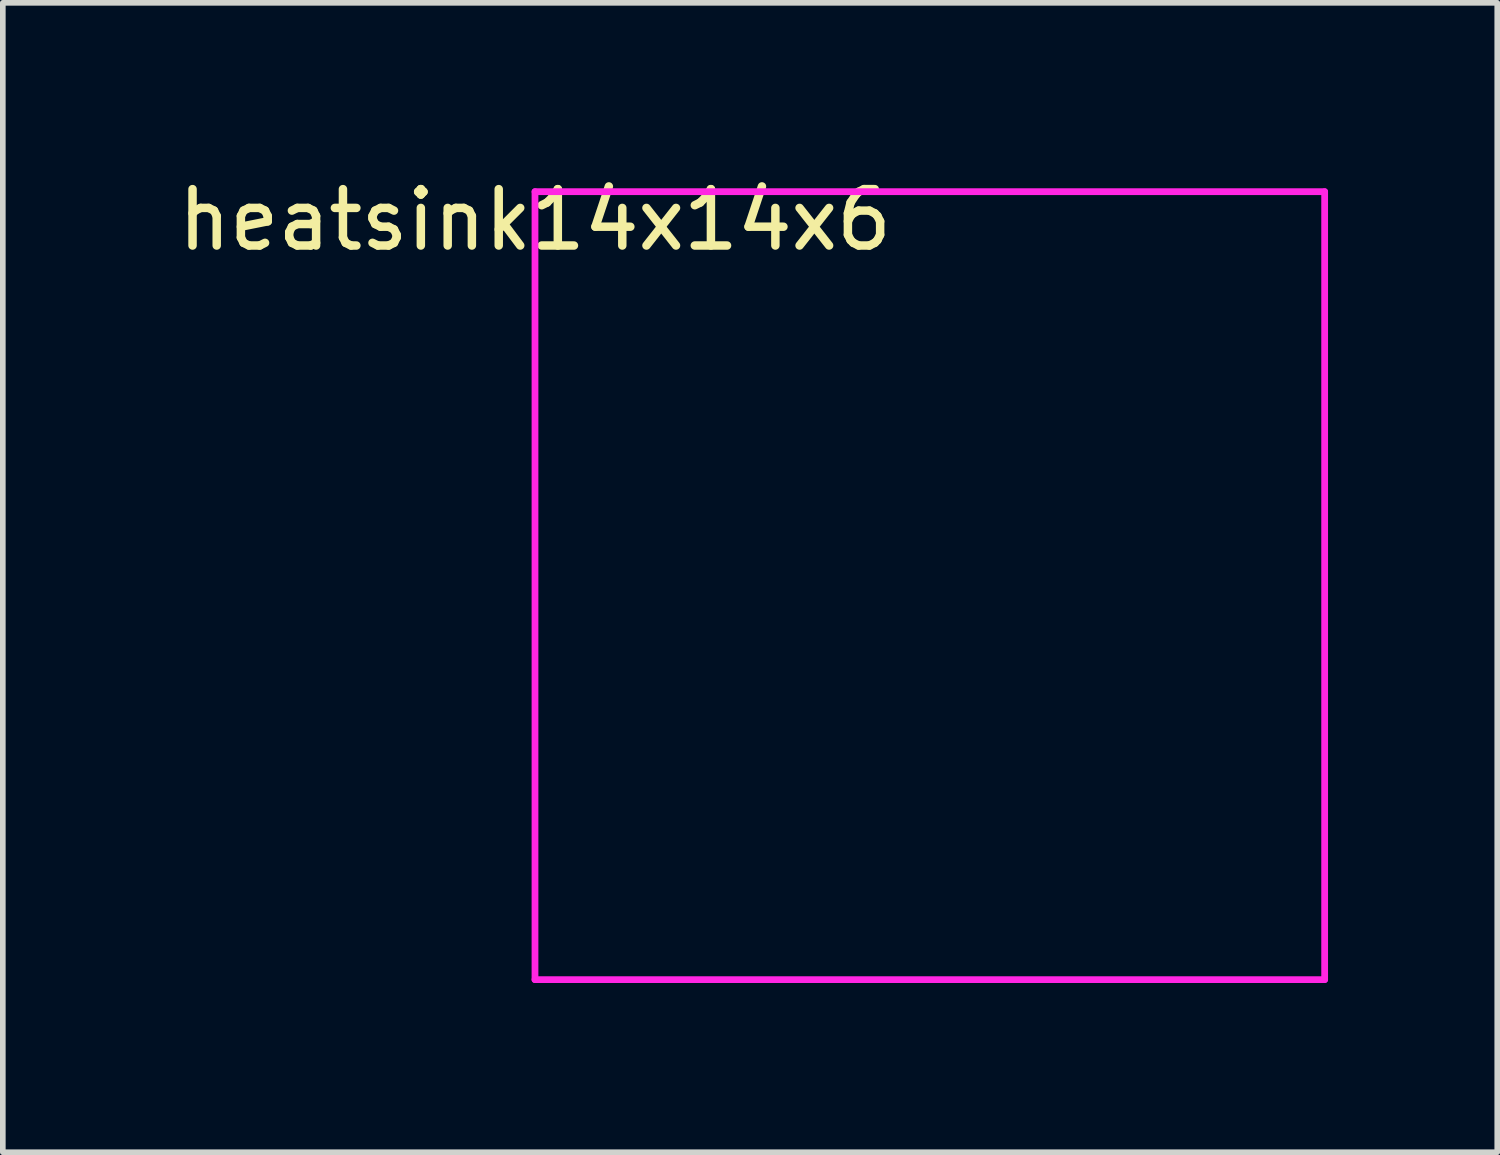
<source format=kicad_pcb>
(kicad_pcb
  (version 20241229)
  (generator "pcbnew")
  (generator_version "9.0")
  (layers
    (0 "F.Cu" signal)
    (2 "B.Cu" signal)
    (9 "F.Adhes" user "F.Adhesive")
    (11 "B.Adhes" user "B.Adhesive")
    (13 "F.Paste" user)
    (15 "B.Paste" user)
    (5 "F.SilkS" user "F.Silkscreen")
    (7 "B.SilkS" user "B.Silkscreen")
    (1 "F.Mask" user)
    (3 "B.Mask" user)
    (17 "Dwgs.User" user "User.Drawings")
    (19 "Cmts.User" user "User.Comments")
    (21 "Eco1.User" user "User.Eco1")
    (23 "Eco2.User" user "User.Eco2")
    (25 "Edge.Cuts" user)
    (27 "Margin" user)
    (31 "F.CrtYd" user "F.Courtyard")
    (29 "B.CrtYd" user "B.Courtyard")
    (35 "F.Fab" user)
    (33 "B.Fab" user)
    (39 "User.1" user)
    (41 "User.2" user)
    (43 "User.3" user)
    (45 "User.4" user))
  (footprint "heatsink14x14x6"
    (layer "F.Cu")
    (at 6.435 0.348)
    (property "Reference" "heatsink14x14x6" (at 0 0.5 0) (layer "F.SilkS") (effects (font (size 1 1) (thickness 0.15))))
    (attr through_hole)
    (fp_line (start 0 0) (end 14 0) (stroke (width 0.12) (type solid)) (layer "F.CrtYd"))
    (fp_line (start 0 13.97) (end 0 0) (stroke (width 0.12) (type solid)) (layer "F.CrtYd"))
    (fp_line (start 14 0) (end 14 13.97) (stroke (width 0.12) (type solid)) (layer "F.CrtYd"))
    (fp_line (start 14 13.97) (end 0 13.97) (stroke (width 0.12) (type solid)) (layer "F.CrtYd")))
  (gr_rect
    (start -3 -3)
    (end 23.495 17.378)
    (stroke (width 0.1) (type default))
    (fill no)
    (layer "Edge.Cuts")))
</source>
